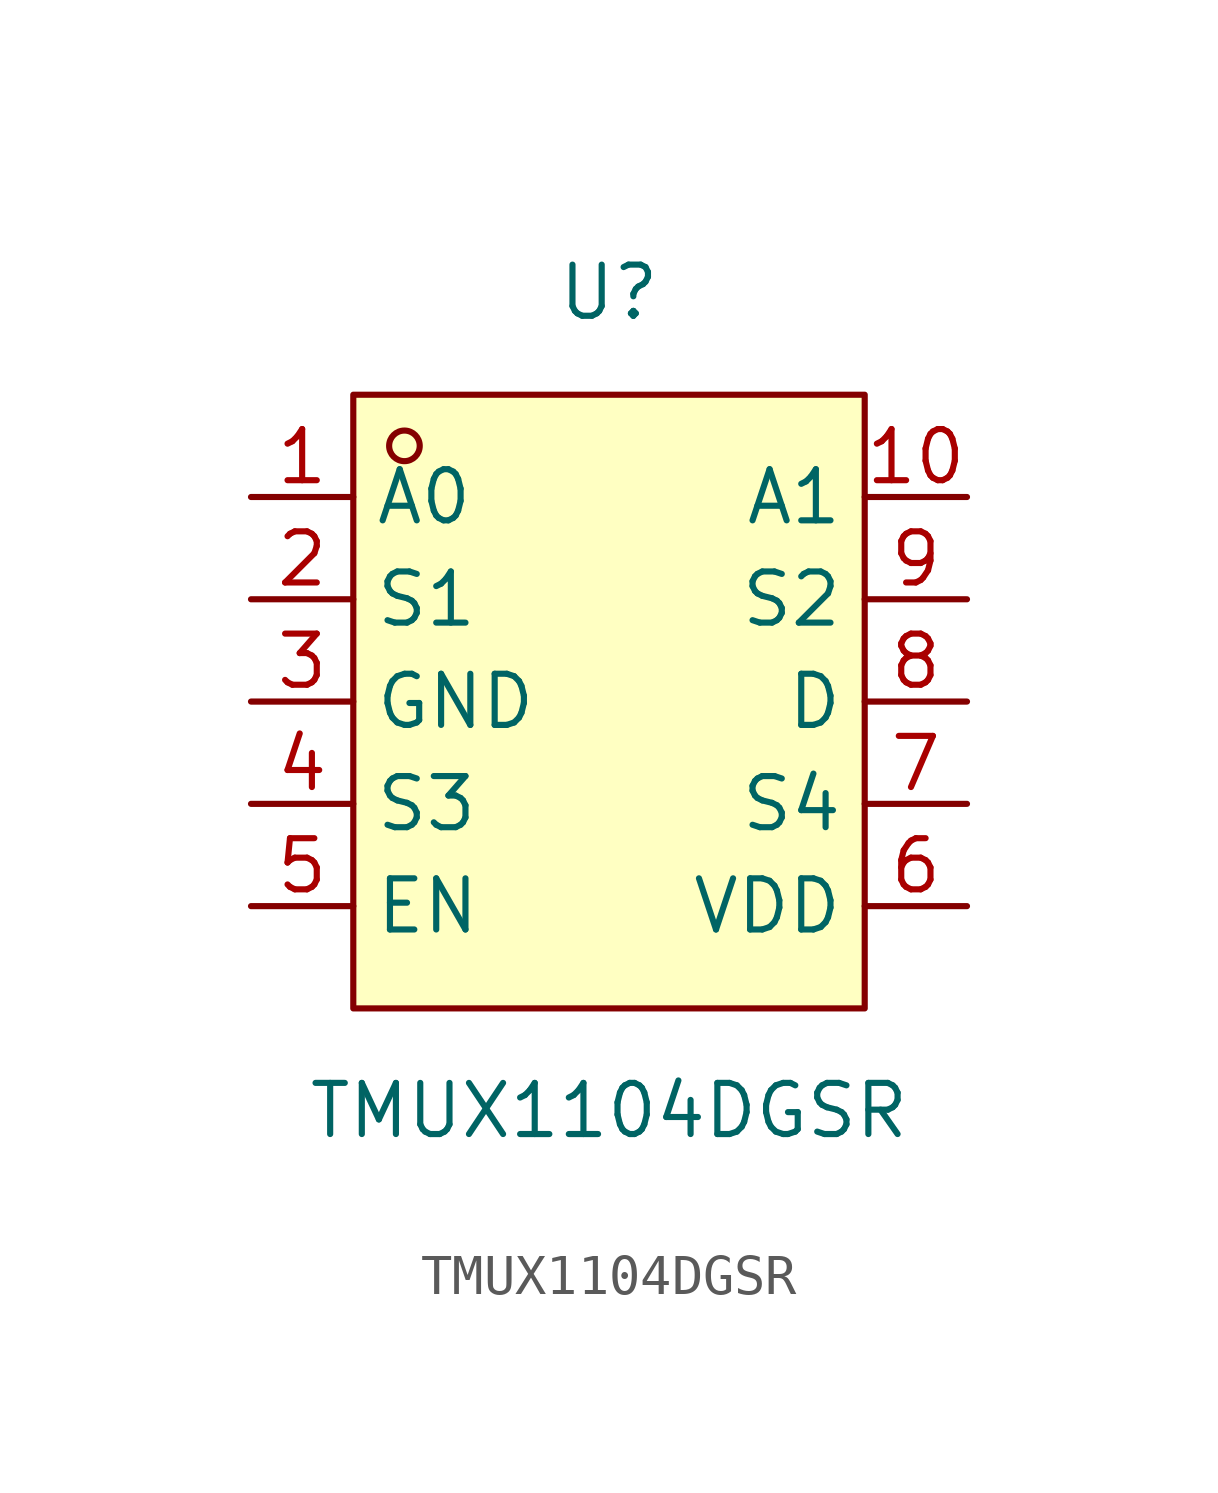
<source format=kicad_sym>
(kicad_symbol_lib
  (version 20211014)
  (generator https://github.com/uPesy/easyeda2kicad.py)
  (symbol "TMUX1104DGSR"
    (property "Reference" "U"
      (at 0 10.16 0)
      (effects (font (size 1.27 1.27))))
    (property "Value" "TMUX1104DGSR"
      (at 0 -10.16 0)
      (effects (font (size 1.27 1.27))))
    (symbol "TMUX1104DGSR_0_1"
      (rectangle (start -6.35 7.62) (end 6.35 -7.62) (stroke (width 0) (type default) (color 0 0 0 0)) (fill (type background)))
      (circle (center -5.08 6.35) (radius 0.38) (stroke (width 0) (type default) (color 0 0 0 0)) (fill (type none)))
      (pin unspecified line (at -8.89 5.08 0) (length 2.54) (name "A0" (effects (font (size 1.27 1.27)))) (number "1" (effects (font (size 1.27 1.27)))))
      (pin unspecified line (at -8.89 2.54 0) (length 2.54) (name "S1" (effects (font (size 1.27 1.27)))) (number "2" (effects (font (size 1.27 1.27)))))
      (pin unspecified line (at -8.89 -0.00 0) (length 2.54) (name "GND" (effects (font (size 1.27 1.27)))) (number "3" (effects (font (size 1.27 1.27)))))
      (pin unspecified line (at -8.89 -2.54 0) (length 2.54) (name "S3" (effects (font (size 1.27 1.27)))) (number "4" (effects (font (size 1.27 1.27)))))
      (pin unspecified line (at -8.89 -5.08 0) (length 2.54) (name "EN" (effects (font (size 1.27 1.27)))) (number "5" (effects (font (size 1.27 1.27)))))
      (pin unspecified line (at 8.89 -5.08 180) (length 2.54) (name "VDD" (effects (font (size 1.27 1.27)))) (number "6" (effects (font (size 1.27 1.27)))))
      (pin unspecified line (at 8.89 -2.54 180) (length 2.54) (name "S4" (effects (font (size 1.27 1.27)))) (number "7" (effects (font (size 1.27 1.27)))))
      (pin unspecified line (at 8.89 -0.00 180) (length 2.54) (name "D" (effects (font (size 1.27 1.27)))) (number "8" (effects (font (size 1.27 1.27)))))
      (pin unspecified line (at 8.89 2.54 180) (length 2.54) (name "S2" (effects (font (size 1.27 1.27)))) (number "9" (effects (font (size 1.27 1.27)))))
      (pin unspecified line (at 8.89 5.08 180) (length 2.54) (name "A1" (effects (font (size 1.27 1.27)))) (number "10" (effects (font (size 1.27 1.27))))))))
</source>
